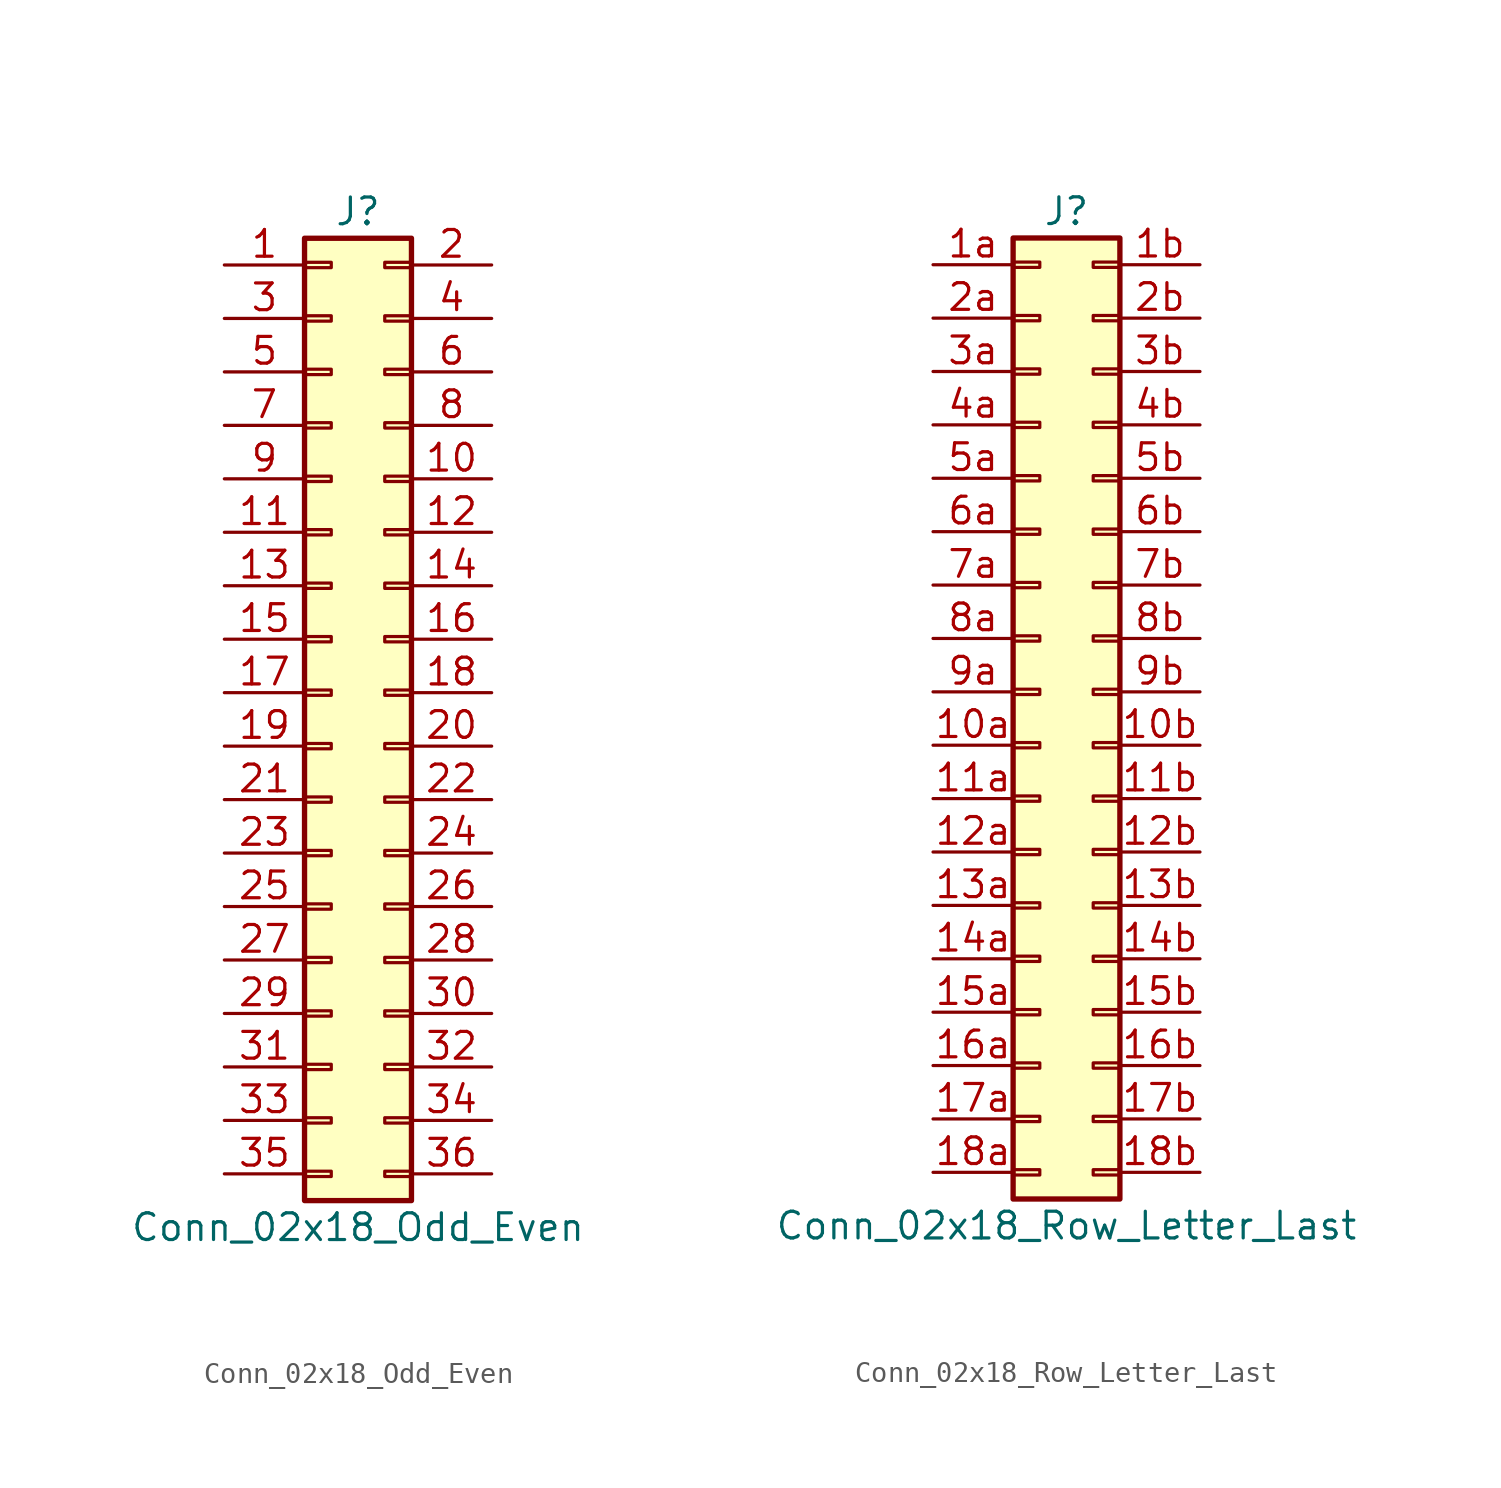
<source format=kicad_sym>
(kicad_symbol_lib
  (version 20201005)
  (generator kicad_symbol_editor)
  (symbol "Connector_Generic:Conn_02x18_Odd_Even"
    (pin_names
      (offset 1.016) hide)
    (property "Reference" "J"
      (at 1.27 22.86 0)
      (effects (font (size 1.27 1.27))))
    (property "Value" "Conn_02x18_Odd_Even"
      (at 1.27 -25.4 0)
      (effects (font (size 1.27 1.27))))
    (symbol "Conn_02x18_Odd_Even_1_1"
      (rectangle (start -1.27 -4.953) (end 0 -5.207) (stroke (width 0.152)) (fill (type none)))
      (rectangle (start -1.27 -7.493) (end 0 -7.747) (stroke (width 0.152)) (fill (type none)))
      (rectangle (start -1.27 -10.033) (end 0 -10.287) (stroke (width 0.152)) (fill (type none)))
      (rectangle (start -1.27 -12.573) (end 0 -12.827) (stroke (width 0.152)) (fill (type none)))
      (rectangle (start -1.27 -15.113) (end 0 -15.367) (stroke (width 0.152)) (fill (type none)))
      (rectangle (start -1.27 -17.653) (end 0 -17.907) (stroke (width 0.152)) (fill (type none)))
      (rectangle (start -1.27 -20.193) (end 0 -20.447) (stroke (width 0.152)) (fill (type none)))
      (rectangle (start -1.27 -22.733) (end 0 -22.987) (stroke (width 0.152)) (fill (type none)))
      (rectangle (start -1.27 -2.413) (end 0 -2.667) (stroke (width 0.152)) (fill (type none)))
      (rectangle (start -1.27 2.667) (end 0 2.413) (stroke (width 0.152)) (fill (type none)))
      (rectangle (start -1.27 5.207) (end 0 4.953) (stroke (width 0.152)) (fill (type none)))
      (rectangle (start -1.27 7.747) (end 0 7.493) (stroke (width 0.152)) (fill (type none)))
      (rectangle (start -1.27 10.287) (end 0 10.033) (stroke (width 0.152)) (fill (type none)))
      (rectangle (start -1.27 0.127) (end 0 -0.127) (stroke (width 0.152)) (fill (type none)))
      (rectangle (start -1.27 12.827) (end 0 12.573) (stroke (width 0.152)) (fill (type none)))
      (rectangle (start -1.27 15.367) (end 0 15.113) (stroke (width 0.152)) (fill (type none)))
      (rectangle (start -1.27 17.907) (end 0 17.653) (stroke (width 0.152)) (fill (type none)))
      (rectangle (start -1.27 20.447) (end 0 20.193) (stroke (width 0.152)) (fill (type none)))
      (rectangle (start -1.27 21.59) (end 3.81 -24.13) (stroke (width 0.254)) (fill (type background)))
      (rectangle (start 3.81 -4.953) (end 2.54 -5.207) (stroke (width 0.152)) (fill (type none)))
      (rectangle (start 3.81 -7.493) (end 2.54 -7.747) (stroke (width 0.152)) (fill (type none)))
      (rectangle (start 3.81 -10.033) (end 2.54 -10.287) (stroke (width 0.152)) (fill (type none)))
      (rectangle (start 3.81 -12.573) (end 2.54 -12.827) (stroke (width 0.152)) (fill (type none)))
      (rectangle (start 3.81 -15.113) (end 2.54 -15.367) (stroke (width 0.152)) (fill (type none)))
      (rectangle (start 3.81 -17.653) (end 2.54 -17.907) (stroke (width 0.152)) (fill (type none)))
      (rectangle (start 3.81 -20.193) (end 2.54 -20.447) (stroke (width 0.152)) (fill (type none)))
      (rectangle (start 3.81 -22.733) (end 2.54 -22.987) (stroke (width 0.152)) (fill (type none)))
      (rectangle (start 3.81 -2.413) (end 2.54 -2.667) (stroke (width 0.152)) (fill (type none)))
      (rectangle (start 3.81 2.667) (end 2.54 2.413) (stroke (width 0.152)) (fill (type none)))
      (rectangle (start 3.81 5.207) (end 2.54 4.953) (stroke (width 0.152)) (fill (type none)))
      (rectangle (start 3.81 7.747) (end 2.54 7.493) (stroke (width 0.152)) (fill (type none)))
      (rectangle (start 3.81 10.287) (end 2.54 10.033) (stroke (width 0.152)) (fill (type none)))
      (rectangle (start 3.81 0.127) (end 2.54 -0.127) (stroke (width 0.152)) (fill (type none)))
      (rectangle (start 3.81 12.827) (end 2.54 12.573) (stroke (width 0.152)) (fill (type none)))
      (rectangle (start 3.81 15.367) (end 2.54 15.113) (stroke (width 0.152)) (fill (type none)))
      (rectangle (start 3.81 17.907) (end 2.54 17.653) (stroke (width 0.152)) (fill (type none)))
      (rectangle (start 3.81 20.447) (end 2.54 20.193) (stroke (width 0.152)) (fill (type none)))
      (pin passive line (at -5.08 20.32 0) (length 3.81) (name "Pin_1" (effects (font (size 1.27 1.27)))) (number "1" (effects (font (size 1.27 1.27)))))
      (pin passive line (at 7.62 10.16 180) (length 3.81) (name "Pin_10" (effects (font (size 1.27 1.27)))) (number "10" (effects (font (size 1.27 1.27)))))
      (pin passive line (at -5.08 7.62 0) (length 3.81) (name "Pin_11" (effects (font (size 1.27 1.27)))) (number "11" (effects (font (size 1.27 1.27)))))
      (pin passive line (at 7.62 7.62 180) (length 3.81) (name "Pin_12" (effects (font (size 1.27 1.27)))) (number "12" (effects (font (size 1.27 1.27)))))
      (pin passive line (at -5.08 5.08 0) (length 3.81) (name "Pin_13" (effects (font (size 1.27 1.27)))) (number "13" (effects (font (size 1.27 1.27)))))
      (pin passive line (at 7.62 5.08 180) (length 3.81) (name "Pin_14" (effects (font (size 1.27 1.27)))) (number "14" (effects (font (size 1.27 1.27)))))
      (pin passive line (at -5.08 2.54 0) (length 3.81) (name "Pin_15" (effects (font (size 1.27 1.27)))) (number "15" (effects (font (size 1.27 1.27)))))
      (pin passive line (at 7.62 2.54 180) (length 3.81) (name "Pin_16" (effects (font (size 1.27 1.27)))) (number "16" (effects (font (size 1.27 1.27)))))
      (pin passive line (at -5.08 0 0) (length 3.81) (name "Pin_17" (effects (font (size 1.27 1.27)))) (number "17" (effects (font (size 1.27 1.27)))))
      (pin passive line (at 7.62 0 180) (length 3.81) (name "Pin_18" (effects (font (size 1.27 1.27)))) (number "18" (effects (font (size 1.27 1.27)))))
      (pin passive line (at -5.08 -2.54 0) (length 3.81) (name "Pin_19" (effects (font (size 1.27 1.27)))) (number "19" (effects (font (size 1.27 1.27)))))
      (pin passive line (at 7.62 20.32 180) (length 3.81) (name "Pin_2" (effects (font (size 1.27 1.27)))) (number "2" (effects (font (size 1.27 1.27)))))
      (pin passive line (at 7.62 -2.54 180) (length 3.81) (name "Pin_20" (effects (font (size 1.27 1.27)))) (number "20" (effects (font (size 1.27 1.27)))))
      (pin passive line (at -5.08 -5.08 0) (length 3.81) (name "Pin_21" (effects (font (size 1.27 1.27)))) (number "21" (effects (font (size 1.27 1.27)))))
      (pin passive line (at 7.62 -5.08 180) (length 3.81) (name "Pin_22" (effects (font (size 1.27 1.27)))) (number "22" (effects (font (size 1.27 1.27)))))
      (pin passive line (at -5.08 -7.62 0) (length 3.81) (name "Pin_23" (effects (font (size 1.27 1.27)))) (number "23" (effects (font (size 1.27 1.27)))))
      (pin passive line (at 7.62 -7.62 180) (length 3.81) (name "Pin_24" (effects (font (size 1.27 1.27)))) (number "24" (effects (font (size 1.27 1.27)))))
      (pin passive line (at -5.08 -10.16 0) (length 3.81) (name "Pin_25" (effects (font (size 1.27 1.27)))) (number "25" (effects (font (size 1.27 1.27)))))
      (pin passive line (at 7.62 -10.16 180) (length 3.81) (name "Pin_26" (effects (font (size 1.27 1.27)))) (number "26" (effects (font (size 1.27 1.27)))))
      (pin passive line (at -5.08 -12.7 0) (length 3.81) (name "Pin_27" (effects (font (size 1.27 1.27)))) (number "27" (effects (font (size 1.27 1.27)))))
      (pin passive line (at 7.62 -12.7 180) (length 3.81) (name "Pin_28" (effects (font (size 1.27 1.27)))) (number "28" (effects (font (size 1.27 1.27)))))
      (pin passive line (at -5.08 -15.24 0) (length 3.81) (name "Pin_29" (effects (font (size 1.27 1.27)))) (number "29" (effects (font (size 1.27 1.27)))))
      (pin passive line (at -5.08 17.78 0) (length 3.81) (name "Pin_3" (effects (font (size 1.27 1.27)))) (number "3" (effects (font (size 1.27 1.27)))))
      (pin passive line (at 7.62 -15.24 180) (length 3.81) (name "Pin_30" (effects (font (size 1.27 1.27)))) (number "30" (effects (font (size 1.27 1.27)))))
      (pin passive line (at -5.08 -17.78 0) (length 3.81) (name "Pin_31" (effects (font (size 1.27 1.27)))) (number "31" (effects (font (size 1.27 1.27)))))
      (pin passive line (at 7.62 -17.78 180) (length 3.81) (name "Pin_32" (effects (font (size 1.27 1.27)))) (number "32" (effects (font (size 1.27 1.27)))))
      (pin passive line (at -5.08 -20.32 0) (length 3.81) (name "Pin_33" (effects (font (size 1.27 1.27)))) (number "33" (effects (font (size 1.27 1.27)))))
      (pin passive line (at 7.62 -20.32 180) (length 3.81) (name "Pin_34" (effects (font (size 1.27 1.27)))) (number "34" (effects (font (size 1.27 1.27)))))
      (pin passive line (at -5.08 -22.86 0) (length 3.81) (name "Pin_35" (effects (font (size 1.27 1.27)))) (number "35" (effects (font (size 1.27 1.27)))))
      (pin passive line (at 7.62 -22.86 180) (length 3.81) (name "Pin_36" (effects (font (size 1.27 1.27)))) (number "36" (effects (font (size 1.27 1.27)))))
      (pin passive line (at 7.62 17.78 180) (length 3.81) (name "Pin_4" (effects (font (size 1.27 1.27)))) (number "4" (effects (font (size 1.27 1.27)))))
      (pin passive line (at -5.08 15.24 0) (length 3.81) (name "Pin_5" (effects (font (size 1.27 1.27)))) (number "5" (effects (font (size 1.27 1.27)))))
      (pin passive line (at 7.62 15.24 180) (length 3.81) (name "Pin_6" (effects (font (size 1.27 1.27)))) (number "6" (effects (font (size 1.27 1.27)))))
      (pin passive line (at -5.08 12.7 0) (length 3.81) (name "Pin_7" (effects (font (size 1.27 1.27)))) (number "7" (effects (font (size 1.27 1.27)))))
      (pin passive line (at 7.62 12.7 180) (length 3.81) (name "Pin_8" (effects (font (size 1.27 1.27)))) (number "8" (effects (font (size 1.27 1.27)))))
      (pin passive line (at -5.08 10.16 0) (length 3.81) (name "Pin_9" (effects (font (size 1.27 1.27)))) (number "9" (effects (font (size 1.27 1.27)))))))
  (symbol "Connector_Generic:Conn_02x18_Row_Letter_Last"
    (pin_names
      (offset 1.016) hide)
    (property "Reference" "J"
      (at 1.27 22.86 0)
      (effects (font (size 1.27 1.27))))
    (property "Value" "Conn_02x18_Row_Letter_Last"
      (at 1.27 -25.4 0)
      (effects (font (size 1.27 1.27))))
    (symbol "Conn_02x18_Row_Letter_Last_1_1"
      (rectangle (start -1.27 -4.953) (end 0 -5.207) (stroke (width 0.152)) (fill (type none)))
      (rectangle (start -1.27 -7.493) (end 0 -7.747) (stroke (width 0.152)) (fill (type none)))
      (rectangle (start -1.27 -10.033) (end 0 -10.287) (stroke (width 0.152)) (fill (type none)))
      (rectangle (start -1.27 -12.573) (end 0 -12.827) (stroke (width 0.152)) (fill (type none)))
      (rectangle (start -1.27 -15.113) (end 0 -15.367) (stroke (width 0.152)) (fill (type none)))
      (rectangle (start -1.27 -17.653) (end 0 -17.907) (stroke (width 0.152)) (fill (type none)))
      (rectangle (start -1.27 -20.193) (end 0 -20.447) (stroke (width 0.152)) (fill (type none)))
      (rectangle (start -1.27 -22.733) (end 0 -22.987) (stroke (width 0.152)) (fill (type none)))
      (rectangle (start -1.27 -2.413) (end 0 -2.667) (stroke (width 0.152)) (fill (type none)))
      (rectangle (start -1.27 2.667) (end 0 2.413) (stroke (width 0.152)) (fill (type none)))
      (rectangle (start -1.27 5.207) (end 0 4.953) (stroke (width 0.152)) (fill (type none)))
      (rectangle (start -1.27 7.747) (end 0 7.493) (stroke (width 0.152)) (fill (type none)))
      (rectangle (start -1.27 10.287) (end 0 10.033) (stroke (width 0.152)) (fill (type none)))
      (rectangle (start -1.27 0.127) (end 0 -0.127) (stroke (width 0.152)) (fill (type none)))
      (rectangle (start -1.27 12.827) (end 0 12.573) (stroke (width 0.152)) (fill (type none)))
      (rectangle (start -1.27 15.367) (end 0 15.113) (stroke (width 0.152)) (fill (type none)))
      (rectangle (start -1.27 17.907) (end 0 17.653) (stroke (width 0.152)) (fill (type none)))
      (rectangle (start -1.27 20.447) (end 0 20.193) (stroke (width 0.152)) (fill (type none)))
      (rectangle (start -1.27 21.59) (end 3.81 -24.13) (stroke (width 0.254)) (fill (type background)))
      (rectangle (start 3.81 -4.953) (end 2.54 -5.207) (stroke (width 0.152)) (fill (type none)))
      (rectangle (start 3.81 -7.493) (end 2.54 -7.747) (stroke (width 0.152)) (fill (type none)))
      (rectangle (start 3.81 -10.033) (end 2.54 -10.287) (stroke (width 0.152)) (fill (type none)))
      (rectangle (start 3.81 -12.573) (end 2.54 -12.827) (stroke (width 0.152)) (fill (type none)))
      (rectangle (start 3.81 -15.113) (end 2.54 -15.367) (stroke (width 0.152)) (fill (type none)))
      (rectangle (start 3.81 -17.653) (end 2.54 -17.907) (stroke (width 0.152)) (fill (type none)))
      (rectangle (start 3.81 -20.193) (end 2.54 -20.447) (stroke (width 0.152)) (fill (type none)))
      (rectangle (start 3.81 -22.733) (end 2.54 -22.987) (stroke (width 0.152)) (fill (type none)))
      (rectangle (start 3.81 -2.413) (end 2.54 -2.667) (stroke (width 0.152)) (fill (type none)))
      (rectangle (start 3.81 2.667) (end 2.54 2.413) (stroke (width 0.152)) (fill (type none)))
      (rectangle (start 3.81 5.207) (end 2.54 4.953) (stroke (width 0.152)) (fill (type none)))
      (rectangle (start 3.81 7.747) (end 2.54 7.493) (stroke (width 0.152)) (fill (type none)))
      (rectangle (start 3.81 10.287) (end 2.54 10.033) (stroke (width 0.152)) (fill (type none)))
      (rectangle (start 3.81 0.127) (end 2.54 -0.127) (stroke (width 0.152)) (fill (type none)))
      (rectangle (start 3.81 12.827) (end 2.54 12.573) (stroke (width 0.152)) (fill (type none)))
      (rectangle (start 3.81 15.367) (end 2.54 15.113) (stroke (width 0.152)) (fill (type none)))
      (rectangle (start 3.81 17.907) (end 2.54 17.653) (stroke (width 0.152)) (fill (type none)))
      (rectangle (start 3.81 20.447) (end 2.54 20.193) (stroke (width 0.152)) (fill (type none)))
      (pin passive line (at -5.08 -2.54 0) (length 3.81) (name "Pin_10a" (effects (font (size 1.27 1.27)))) (number "10a" (effects (font (size 1.27 1.27)))))
      (pin passive line (at 7.62 -2.54 180) (length 3.81) (name "Pin_10b" (effects (font (size 1.27 1.27)))) (number "10b" (effects (font (size 1.27 1.27)))))
      (pin passive line (at -5.08 -5.08 0) (length 3.81) (name "Pin_11a" (effects (font (size 1.27 1.27)))) (number "11a" (effects (font (size 1.27 1.27)))))
      (pin passive line (at 7.62 -5.08 180) (length 3.81) (name "Pin_11b" (effects (font (size 1.27 1.27)))) (number "11b" (effects (font (size 1.27 1.27)))))
      (pin passive line (at -5.08 -7.62 0) (length 3.81) (name "Pin_12a" (effects (font (size 1.27 1.27)))) (number "12a" (effects (font (size 1.27 1.27)))))
      (pin passive line (at 7.62 -7.62 180) (length 3.81) (name "Pin_12b" (effects (font (size 1.27 1.27)))) (number "12b" (effects (font (size 1.27 1.27)))))
      (pin passive line (at -5.08 -10.16 0) (length 3.81) (name "Pin_13a" (effects (font (size 1.27 1.27)))) (number "13a" (effects (font (size 1.27 1.27)))))
      (pin passive line (at 7.62 -10.16 180) (length 3.81) (name "Pin_13b" (effects (font (size 1.27 1.27)))) (number "13b" (effects (font (size 1.27 1.27)))))
      (pin passive line (at -5.08 -12.7 0) (length 3.81) (name "Pin_14a" (effects (font (size 1.27 1.27)))) (number "14a" (effects (font (size 1.27 1.27)))))
      (pin passive line (at 7.62 -12.7 180) (length 3.81) (name "Pin_14b" (effects (font (size 1.27 1.27)))) (number "14b" (effects (font (size 1.27 1.27)))))
      (pin passive line (at -5.08 -15.24 0) (length 3.81) (name "Pin_15a" (effects (font (size 1.27 1.27)))) (number "15a" (effects (font (size 1.27 1.27)))))
      (pin passive line (at 7.62 -15.24 180) (length 3.81) (name "Pin_15b" (effects (font (size 1.27 1.27)))) (number "15b" (effects (font (size 1.27 1.27)))))
      (pin passive line (at -5.08 -17.78 0) (length 3.81) (name "Pin_16a" (effects (font (size 1.27 1.27)))) (number "16a" (effects (font (size 1.27 1.27)))))
      (pin passive line (at 7.62 -17.78 180) (length 3.81) (name "Pin_16b" (effects (font (size 1.27 1.27)))) (number "16b" (effects (font (size 1.27 1.27)))))
      (pin passive line (at -5.08 -20.32 0) (length 3.81) (name "Pin_17a" (effects (font (size 1.27 1.27)))) (number "17a" (effects (font (size 1.27 1.27)))))
      (pin passive line (at 7.62 -20.32 180) (length 3.81) (name "Pin_17b" (effects (font (size 1.27 1.27)))) (number "17b" (effects (font (size 1.27 1.27)))))
      (pin passive line (at -5.08 -22.86 0) (length 3.81) (name "Pin_18a" (effects (font (size 1.27 1.27)))) (number "18a" (effects (font (size 1.27 1.27)))))
      (pin passive line (at 7.62 -22.86 180) (length 3.81) (name "Pin_18b" (effects (font (size 1.27 1.27)))) (number "18b" (effects (font (size 1.27 1.27)))))
      (pin passive line (at -5.08 20.32 0) (length 3.81) (name "Pin_1a" (effects (font (size 1.27 1.27)))) (number "1a" (effects (font (size 1.27 1.27)))))
      (pin passive line (at 7.62 20.32 180) (length 3.81) (name "Pin_1b" (effects (font (size 1.27 1.27)))) (number "1b" (effects (font (size 1.27 1.27)))))
      (pin passive line (at -5.08 17.78 0) (length 3.81) (name "Pin_2a" (effects (font (size 1.27 1.27)))) (number "2a" (effects (font (size 1.27 1.27)))))
      (pin passive line (at 7.62 17.78 180) (length 3.81) (name "Pin_2b" (effects (font (size 1.27 1.27)))) (number "2b" (effects (font (size 1.27 1.27)))))
      (pin passive line (at -5.08 15.24 0) (length 3.81) (name "Pin_3a" (effects (font (size 1.27 1.27)))) (number "3a" (effects (font (size 1.27 1.27)))))
      (pin passive line (at 7.62 15.24 180) (length 3.81) (name "Pin_3b" (effects (font (size 1.27 1.27)))) (number "3b" (effects (font (size 1.27 1.27)))))
      (pin passive line (at -5.08 12.7 0) (length 3.81) (name "Pin_4a" (effects (font (size 1.27 1.27)))) (number "4a" (effects (font (size 1.27 1.27)))))
      (pin passive line (at 7.62 12.7 180) (length 3.81) (name "Pin_4b" (effects (font (size 1.27 1.27)))) (number "4b" (effects (font (size 1.27 1.27)))))
      (pin passive line (at -5.08 10.16 0) (length 3.81) (name "Pin_5a" (effects (font (size 1.27 1.27)))) (number "5a" (effects (font (size 1.27 1.27)))))
      (pin passive line (at 7.62 10.16 180) (length 3.81) (name "Pin_5b" (effects (font (size 1.27 1.27)))) (number "5b" (effects (font (size 1.27 1.27)))))
      (pin passive line (at -5.08 7.62 0) (length 3.81) (name "Pin_6a" (effects (font (size 1.27 1.27)))) (number "6a" (effects (font (size 1.27 1.27)))))
      (pin passive line (at 7.62 7.62 180) (length 3.81) (name "Pin_6b" (effects (font (size 1.27 1.27)))) (number "6b" (effects (font (size 1.27 1.27)))))
      (pin passive line (at -5.08 5.08 0) (length 3.81) (name "Pin_7a" (effects (font (size 1.27 1.27)))) (number "7a" (effects (font (size 1.27 1.27)))))
      (pin passive line (at 7.62 5.08 180) (length 3.81) (name "Pin_7b" (effects (font (size 1.27 1.27)))) (number "7b" (effects (font (size 1.27 1.27)))))
      (pin passive line (at -5.08 2.54 0) (length 3.81) (name "Pin_8a" (effects (font (size 1.27 1.27)))) (number "8a" (effects (font (size 1.27 1.27)))))
      (pin passive line (at 7.62 2.54 180) (length 3.81) (name "Pin_8b" (effects (font (size 1.27 1.27)))) (number "8b" (effects (font (size 1.27 1.27)))))
      (pin passive line (at -5.08 0 0) (length 3.81) (name "Pin_9a" (effects (font (size 1.27 1.27)))) (number "9a" (effects (font (size 1.27 1.27)))))
      (pin passive line (at 7.62 0 180) (length 3.81) (name "Pin_9b" (effects (font (size 1.27 1.27)))) (number "9b" (effects (font (size 1.27 1.27))))))))
</source>
